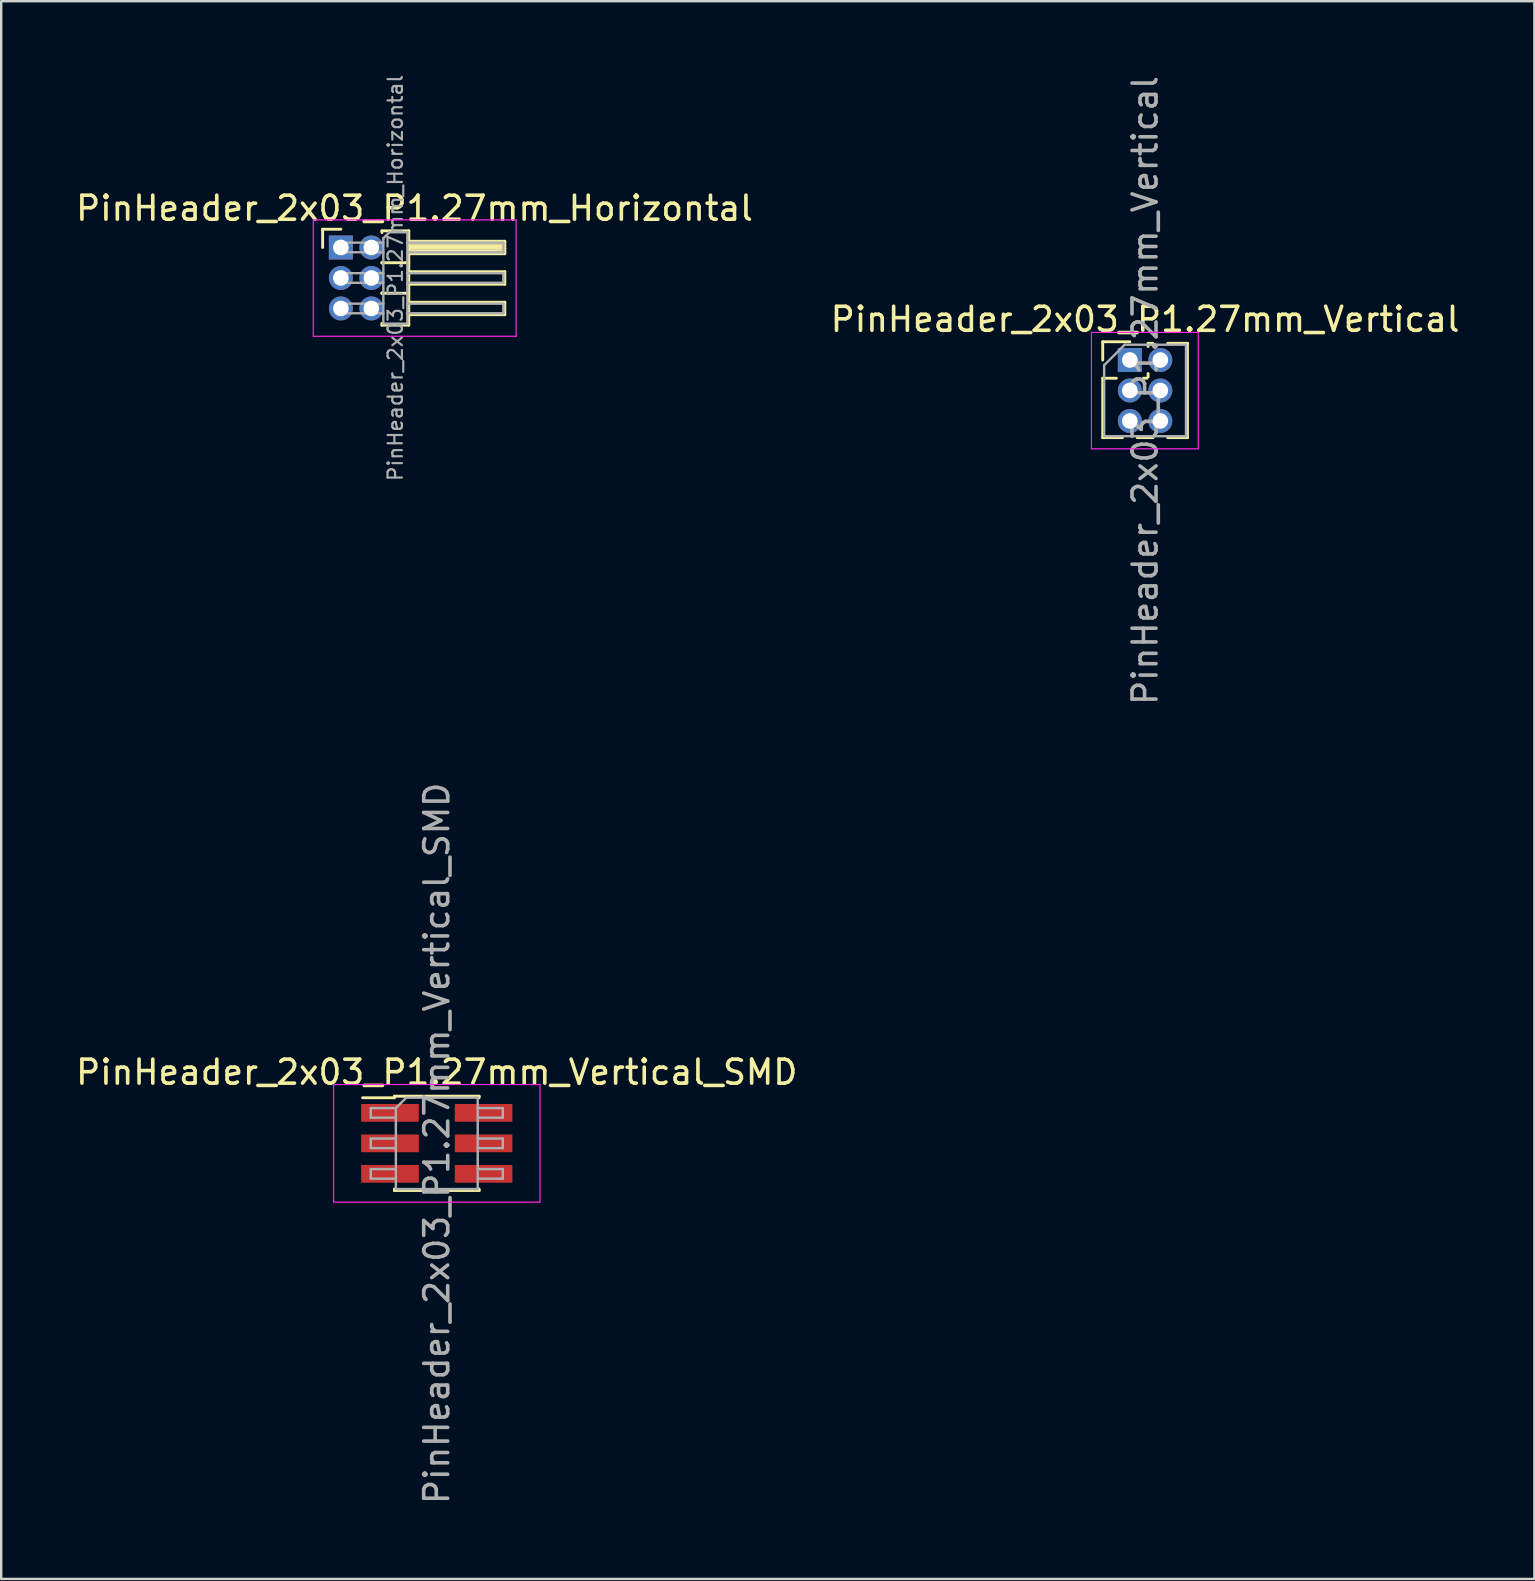
<source format=kicad_pcb>
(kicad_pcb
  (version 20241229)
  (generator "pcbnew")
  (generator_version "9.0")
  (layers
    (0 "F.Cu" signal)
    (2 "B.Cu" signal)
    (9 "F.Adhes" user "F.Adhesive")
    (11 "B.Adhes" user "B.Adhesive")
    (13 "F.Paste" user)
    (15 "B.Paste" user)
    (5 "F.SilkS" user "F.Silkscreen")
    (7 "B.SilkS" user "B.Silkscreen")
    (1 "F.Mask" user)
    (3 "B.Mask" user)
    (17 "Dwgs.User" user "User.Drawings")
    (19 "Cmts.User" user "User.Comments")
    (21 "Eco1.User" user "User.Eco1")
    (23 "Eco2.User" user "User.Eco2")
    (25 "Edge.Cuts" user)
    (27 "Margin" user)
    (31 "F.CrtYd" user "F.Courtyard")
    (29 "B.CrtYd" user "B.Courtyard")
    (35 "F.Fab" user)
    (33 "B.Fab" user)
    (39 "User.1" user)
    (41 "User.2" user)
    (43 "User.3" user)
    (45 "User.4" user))
  (footprint "PinHeader_2x03_P1.27mm_Vertical_SMD"
    (layer "F.Cu")
    (at 15.149 44.589)
    (property "Reference" "PinHeader_2x03_P1.27mm_Vertical_SMD" (at 0 -2.965 0) (layer "F.SilkS") (effects (font (size 1 1) (thickness 0.15))))
    (attr smd)
    (fp_line (start -3.09 -1.9) (end -1.765 -1.9) (stroke (width 0.12) (type solid)) (layer "F.SilkS"))
    (fp_line (start -1.765 -1.965) (end -1.765 -1.9) (stroke (width 0.12) (type solid)) (layer "F.SilkS"))
    (fp_line (start -1.765 -1.965) (end 1.765 -1.965) (stroke (width 0.12) (type solid)) (layer "F.SilkS"))
    (fp_line (start -1.765 1.9) (end -1.765 1.965) (stroke (width 0.12) (type solid)) (layer "F.SilkS"))
    (fp_line (start -1.765 1.965) (end 1.765 1.965) (stroke (width 0.12) (type solid)) (layer "F.SilkS"))
    (fp_line (start 1.765 -1.965) (end 1.765 -1.9) (stroke (width 0.12) (type solid)) (layer "F.SilkS"))
    (fp_line (start 1.765 1.9) (end 1.765 1.965) (stroke (width 0.12) (type solid)) (layer "F.SilkS"))
    (fp_line (start -4.3 -2.45) (end -4.3 2.45) (stroke (width 0.05) (type solid)) (layer "F.CrtYd"))
    (fp_line (start -4.3 2.45) (end 4.3 2.45) (stroke (width 0.05) (type solid)) (layer "F.CrtYd"))
    (fp_line (start 4.3 -2.45) (end -4.3 -2.45) (stroke (width 0.05) (type solid)) (layer "F.CrtYd"))
    (fp_line (start 4.3 2.45) (end 4.3 -2.45) (stroke (width 0.05) (type solid)) (layer "F.CrtYd"))
    (fp_line (start -2.75 -1.47) (end -2.75 -1.07) (stroke (width 0.1) (type solid)) (layer "F.Fab"))
    (fp_line (start -2.75 -1.07) (end -1.705 -1.07) (stroke (width 0.1) (type solid)) (layer "F.Fab"))
    (fp_line (start -2.75 -0.2) (end -2.75 0.2) (stroke (width 0.1) (type solid)) (layer "F.Fab"))
    (fp_line (start -2.75 0.2) (end -1.705 0.2) (stroke (width 0.1) (type solid)) (layer "F.Fab"))
    (fp_line (start -2.75 1.07) (end -2.75 1.47) (stroke (width 0.1) (type solid)) (layer "F.Fab"))
    (fp_line (start -2.75 1.47) (end -1.705 1.47) (stroke (width 0.1) (type solid)) (layer "F.Fab"))
    (fp_line (start -1.705 -1.47) (end -2.75 -1.47) (stroke (width 0.1) (type solid)) (layer "F.Fab"))
    (fp_line (start -1.705 -1.47) (end -1.27 -1.905) (stroke (width 0.1) (type solid)) (layer "F.Fab"))
    (fp_line (start -1.705 -0.2) (end -2.75 -0.2) (stroke (width 0.1) (type solid)) (layer "F.Fab"))
    (fp_line (start -1.705 1.07) (end -2.75 1.07) (stroke (width 0.1) (type solid)) (layer "F.Fab"))
    (fp_line (start -1.705 1.905) (end -1.705 -1.47) (stroke (width 0.1) (type solid)) (layer "F.Fab"))
    (fp_line (start -1.27 -1.905) (end 1.705 -1.905) (stroke (width 0.1) (type solid)) (layer "F.Fab"))
    (fp_line (start 1.705 -1.905) (end 1.705 1.905) (stroke (width 0.1) (type solid)) (layer "F.Fab"))
    (fp_line (start 1.705 -1.47) (end 2.75 -1.47) (stroke (width 0.1) (type solid)) (layer "F.Fab"))
    (fp_line (start 1.705 -0.2) (end 2.75 -0.2) (stroke (width 0.1) (type solid)) (layer "F.Fab"))
    (fp_line (start 1.705 1.07) (end 2.75 1.07) (stroke (width 0.1) (type solid)) (layer "F.Fab"))
    (fp_line (start 1.705 1.905) (end -1.705 1.905) (stroke (width 0.1) (type solid)) (layer "F.Fab"))
    (fp_line (start 2.75 -1.47) (end 2.75 -1.07) (stroke (width 0.1) (type solid)) (layer "F.Fab"))
    (fp_line (start 2.75 -1.07) (end 1.705 -1.07) (stroke (width 0.1) (type solid)) (layer "F.Fab"))
    (fp_line (start 2.75 -0.2) (end 2.75 0.2) (stroke (width 0.1) (type solid)) (layer "F.Fab"))
    (fp_line (start 2.75 0.2) (end 1.705 0.2) (stroke (width 0.1) (type solid)) (layer "F.Fab"))
    (fp_line (start 2.75 1.07) (end 2.75 1.47) (stroke (width 0.1) (type solid)) (layer "F.Fab"))
    (fp_line (start 2.75 1.47) (end 1.705 1.47) (stroke (width 0.1) (type solid)) (layer "F.Fab"))
    (fp_text user "${REFERENCE}" (at 0 0 90) (layer "F.Fab") (effects (font (size 1 1) (thickness 0.15))))
    (pad "1" smd rect (at -1.95 -1.27) (size 2.4 0.74) (layers "F.Cu" "F.Mask" "F.Paste"))
    (pad "2" smd rect (at 1.95 -1.27) (size 2.4 0.74) (layers "F.Cu" "F.Mask" "F.Paste"))
    (pad "3" smd rect (at -1.95 0) (size 2.4 0.74) (layers "F.Cu" "F.Mask" "F.Paste"))
    (pad "4" smd rect (at 1.95 0) (size 2.4 0.74) (layers "F.Cu" "F.Mask" "F.Paste"))
    (pad "5" smd rect (at -1.95 1.27) (size 2.4 0.74) (layers "F.Cu" "F.Mask" "F.Paste"))
    (pad "6" smd rect (at 1.95 1.27) (size 2.4 0.74) (layers "F.Cu" "F.Mask" "F.Paste")))
  (footprint "PinHeader_2x03_P1.27mm_Horizontal"
    (layer "F.Cu")
    (at 11.153 7.262)
    (property "Reference" "PinHeader_2x03_P1.27mm_Horizontal" (at 3.067 -1.635 0) (layer "F.SilkS") (effects (font (size 1 1) (thickness 0.15))))
    (attr through_hole)
    (fp_line (start -0.76 -0.76) (end 0 -0.76) (stroke (width 0.12) (type solid)) (layer "F.SilkS"))
    (fp_line (start -0.76 0) (end -0.76 -0.76) (stroke (width 0.12) (type solid)) (layer "F.SilkS"))
    (fp_line (start 1.71 -0.695) (end 2.83 -0.695) (stroke (width 0.12) (type solid)) (layer "F.SilkS"))
    (fp_line (start 1.71 -0.62) (end 1.71 -0.695) (stroke (width 0.12) (type solid)) (layer "F.SilkS"))
    (fp_line (start 1.71 0.62) (end 1.71 0.65) (stroke (width 0.12) (type solid)) (layer "F.SilkS"))
    (fp_line (start 1.71 0.635) (end 2.83 0.635) (stroke (width 0.12) (type solid)) (layer "F.SilkS"))
    (fp_line (start 1.71 1.89) (end 1.71 1.92) (stroke (width 0.12) (type solid)) (layer "F.SilkS"))
    (fp_line (start 1.71 1.905) (end 2.83 1.905) (stroke (width 0.12) (type solid)) (layer "F.SilkS"))
    (fp_line (start 1.71 3.235) (end 1.71 3.16) (stroke (width 0.12) (type solid)) (layer "F.SilkS"))
    (fp_line (start 2.83 -0.695) (end 2.83 3.235) (stroke (width 0.12) (type solid)) (layer "F.SilkS"))
    (fp_line (start 2.83 -0.26) (end 6.83 -0.26) (stroke (width 0.12) (type solid)) (layer "F.SilkS"))
    (fp_line (start 2.83 -0.2) (end 6.83 -0.2) (stroke (width 0.12) (type solid)) (layer "F.SilkS"))
    (fp_line (start 2.83 -0.08) (end 6.83 -0.08) (stroke (width 0.12) (type solid)) (layer "F.SilkS"))
    (fp_line (start 2.83 0.04) (end 6.83 0.04) (stroke (width 0.12) (type solid)) (layer "F.SilkS"))
    (fp_line (start 2.83 0.16) (end 6.83 0.16) (stroke (width 0.12) (type solid)) (layer "F.SilkS"))
    (fp_line (start 2.83 1.01) (end 6.83 1.01) (stroke (width 0.12) (type solid)) (layer "F.SilkS"))
    (fp_line (start 2.83 2.28) (end 6.83 2.28) (stroke (width 0.12) (type solid)) (layer "F.SilkS"))
    (fp_line (start 2.83 3.235) (end 1.71 3.235) (stroke (width 0.12) (type solid)) (layer "F.SilkS"))
    (fp_line (start 6.83 -0.26) (end 6.83 0.26) (stroke (width 0.12) (type solid)) (layer "F.SilkS"))
    (fp_line (start 6.83 0.26) (end 2.83 0.26) (stroke (width 0.12) (type solid)) (layer "F.SilkS"))
    (fp_line (start 6.83 1.01) (end 6.83 1.53) (stroke (width 0.12) (type solid)) (layer "F.SilkS"))
    (fp_line (start 6.83 1.53) (end 2.83 1.53) (stroke (width 0.12) (type solid)) (layer "F.SilkS"))
    (fp_line (start 6.83 2.28) (end 6.83 2.8) (stroke (width 0.12) (type solid)) (layer "F.SilkS"))
    (fp_line (start 6.83 2.8) (end 2.83 2.8) (stroke (width 0.12) (type solid)) (layer "F.SilkS"))
    (fp_line (start -1.15 -1.15) (end -1.15 3.7) (stroke (width 0.05) (type solid)) (layer "F.CrtYd"))
    (fp_line (start -1.15 3.7) (end 7.3 3.7) (stroke (width 0.05) (type solid)) (layer "F.CrtYd"))
    (fp_line (start 7.3 -1.15) (end -1.15 -1.15) (stroke (width 0.05) (type solid)) (layer "F.CrtYd"))
    (fp_line (start 7.3 3.7) (end 7.3 -1.15) (stroke (width 0.05) (type solid)) (layer "F.CrtYd"))
    (fp_line (start -0.2 -0.2) (end -0.2 0.2) (stroke (width 0.1) (type solid)) (layer "F.Fab"))
    (fp_line (start -0.2 -0.2) (end 1.77 -0.2) (stroke (width 0.1) (type solid)) (layer "F.Fab"))
    (fp_line (start -0.2 0.2) (end 1.77 0.2) (stroke (width 0.1) (type solid)) (layer "F.Fab"))
    (fp_line (start -0.2 1.07) (end -0.2 1.47) (stroke (width 0.1) (type solid)) (layer "F.Fab"))
    (fp_line (start -0.2 1.07) (end 1.77 1.07) (stroke (width 0.1) (type solid)) (layer "F.Fab"))
    (fp_line (start -0.2 1.47) (end 1.77 1.47) (stroke (width 0.1) (type solid)) (layer "F.Fab"))
    (fp_line (start -0.2 2.34) (end -0.2 2.74) (stroke (width 0.1) (type solid)) (layer "F.Fab"))
    (fp_line (start -0.2 2.34) (end 1.77 2.34) (stroke (width 0.1) (type solid)) (layer "F.Fab"))
    (fp_line (start -0.2 2.74) (end 1.77 2.74) (stroke (width 0.1) (type solid)) (layer "F.Fab"))
    (fp_line (start 1.77 -0.385) (end 2.02 -0.635) (stroke (width 0.1) (type solid)) (layer "F.Fab"))
    (fp_line (start 1.77 3.175) (end 1.77 -0.385) (stroke (width 0.1) (type solid)) (layer "F.Fab"))
    (fp_line (start 2.02 -0.635) (end 2.77 -0.635) (stroke (width 0.1) (type solid)) (layer "F.Fab"))
    (fp_line (start 2.77 -0.635) (end 2.77 3.175) (stroke (width 0.1) (type solid)) (layer "F.Fab"))
    (fp_line (start 2.77 -0.2) (end 6.77 -0.2) (stroke (width 0.1) (type solid)) (layer "F.Fab"))
    (fp_line (start 2.77 0.2) (end 6.77 0.2) (stroke (width 0.1) (type solid)) (layer "F.Fab"))
    (fp_line (start 2.77 1.07) (end 6.77 1.07) (stroke (width 0.1) (type solid)) (layer "F.Fab"))
    (fp_line (start 2.77 1.47) (end 6.77 1.47) (stroke (width 0.1) (type solid)) (layer "F.Fab"))
    (fp_line (start 2.77 2.34) (end 6.77 2.34) (stroke (width 0.1) (type solid)) (layer "F.Fab"))
    (fp_line (start 2.77 2.74) (end 6.77 2.74) (stroke (width 0.1) (type solid)) (layer "F.Fab"))
    (fp_line (start 2.77 3.175) (end 1.77 3.175) (stroke (width 0.1) (type solid)) (layer "F.Fab"))
    (fp_line (start 6.77 -0.2) (end 6.77 0.2) (stroke (width 0.1) (type solid)) (layer "F.Fab"))
    (fp_line (start 6.77 1.07) (end 6.77 1.47) (stroke (width 0.1) (type solid)) (layer "F.Fab"))
    (fp_line (start 6.77 2.34) (end 6.77 2.74) (stroke (width 0.1) (type solid)) (layer "F.Fab"))
    (fp_text user "${REFERENCE}" (at 2.27 1.27 90) (layer "F.Fab") (effects (font (size 0.6 0.6) (thickness 0.09))))
    (pad "1" thru_hole rect (at 0 0) (size 1 1) (drill 0.65) (layers "*.Cu" "*.Mask"))
    (pad "2" thru_hole oval (at 1.27 0) (size 1 1) (drill 0.65) (layers "*.Cu" "*.Mask"))
    (pad "3" thru_hole oval (at 0 1.27) (size 1 1) (drill 0.65) (layers "*.Cu" "*.Mask"))
    (pad "4" thru_hole oval (at 1.27 1.27) (size 1 1) (drill 0.65) (layers "*.Cu" "*.Mask"))
    (pad "5" thru_hole oval (at 0 2.54) (size 1 1) (drill 0.65) (layers "*.Cu" "*.Mask"))
    (pad "6" thru_hole oval (at 1.27 2.54) (size 1 1) (drill 0.65) (layers "*.Cu" "*.Mask")))
  (footprint "PinHeader_2x03_P1.27mm_Vertical"
    (layer "F.Cu")
    (at 44.026 11.95)
    (property "Reference" "PinHeader_2x03_P1.27mm_Vertical" (at 0.635 -1.695 0) (layer "F.SilkS") (effects (font (size 1 1) (thickness 0.15))))
    (attr through_hole)
    (fp_line (start -1.13 -0.76) (end 0 -0.76) (stroke (width 0.12) (type solid)) (layer "F.SilkS"))
    (fp_line (start -1.13 0) (end -1.13 -0.76) (stroke (width 0.12) (type solid)) (layer "F.SilkS"))
    (fp_line (start -1.13 0.76) (end -1.13 3.235) (stroke (width 0.12) (type solid)) (layer "F.SilkS"))
    (fp_line (start -1.13 0.76) (end -0.563 0.76) (stroke (width 0.12) (type solid)) (layer "F.SilkS"))
    (fp_line (start -1.13 3.235) (end -0.308 3.235) (stroke (width 0.12) (type solid)) (layer "F.SilkS"))
    (fp_line (start 0.308 3.235) (end 0.962 3.235) (stroke (width 0.12) (type solid)) (layer "F.SilkS"))
    (fp_line (start 0.563 0.76) (end 0.707 0.76) (stroke (width 0.12) (type solid)) (layer "F.SilkS"))
    (fp_line (start 0.76 -0.695) (end 0.962 -0.695) (stroke (width 0.12) (type solid)) (layer "F.SilkS"))
    (fp_line (start 0.76 -0.563) (end 0.76 -0.695) (stroke (width 0.12) (type solid)) (layer "F.SilkS"))
    (fp_line (start 0.76 0.707) (end 0.76 0.563) (stroke (width 0.12) (type solid)) (layer "F.SilkS"))
    (fp_line (start 1.578 -0.695) (end 2.4 -0.695) (stroke (width 0.12) (type solid)) (layer "F.SilkS"))
    (fp_line (start 1.578 3.235) (end 2.4 3.235) (stroke (width 0.12) (type solid)) (layer "F.SilkS"))
    (fp_line (start 2.4 -0.695) (end 2.4 3.235) (stroke (width 0.12) (type solid)) (layer "F.SilkS"))
    (fp_line (start -1.6 -1.15) (end -1.6 3.7) (stroke (width 0.05) (type solid)) (layer "F.CrtYd"))
    (fp_line (start -1.6 3.7) (end 2.85 3.7) (stroke (width 0.05) (type solid)) (layer "F.CrtYd"))
    (fp_line (start 2.85 -1.15) (end -1.6 -1.15) (stroke (width 0.05) (type solid)) (layer "F.CrtYd"))
    (fp_line (start 2.85 3.7) (end 2.85 -1.15) (stroke (width 0.05) (type solid)) (layer "F.CrtYd"))
    (fp_line (start -1.07 0.217) (end -0.217 -0.635) (stroke (width 0.1) (type solid)) (layer "F.Fab"))
    (fp_line (start -1.07 3.175) (end -1.07 0.217) (stroke (width 0.1) (type solid)) (layer "F.Fab"))
    (fp_line (start -0.217 -0.635) (end 2.34 -0.635) (stroke (width 0.1) (type solid)) (layer "F.Fab"))
    (fp_line (start 2.34 -0.635) (end 2.34 3.175) (stroke (width 0.1) (type solid)) (layer "F.Fab"))
    (fp_line (start 2.34 3.175) (end -1.07 3.175) (stroke (width 0.1) (type solid)) (layer "F.Fab"))
    (fp_text user "${REFERENCE}" (at 0.635 1.27 90) (layer "F.Fab") (effects (font (size 1 1) (thickness 0.15))))
    (pad "1" thru_hole rect (at 0 0) (size 1 1) (drill 0.65) (layers "*.Cu" "*.Mask"))
    (pad "2" thru_hole oval (at 1.27 0) (size 1 1) (drill 0.65) (layers "*.Cu" "*.Mask"))
    (pad "3" thru_hole oval (at 0 1.27) (size 1 1) (drill 0.65) (layers "*.Cu" "*.Mask"))
    (pad "4" thru_hole oval (at 1.27 1.27) (size 1 1) (drill 0.65) (layers "*.Cu" "*.Mask"))
    (pad "5" thru_hole oval (at 0 2.54) (size 1 1) (drill 0.65) (layers "*.Cu" "*.Mask"))
    (pad "6" thru_hole oval (at 1.27 2.54) (size 1 1) (drill 0.65) (layers "*.Cu" "*.Mask")))
  (gr_rect
    (start -3 -3)
    (end 60.881 62.738)
    (stroke (width 0.1) (type default))
    (fill no)
    (layer "Edge.Cuts")))
</source>
